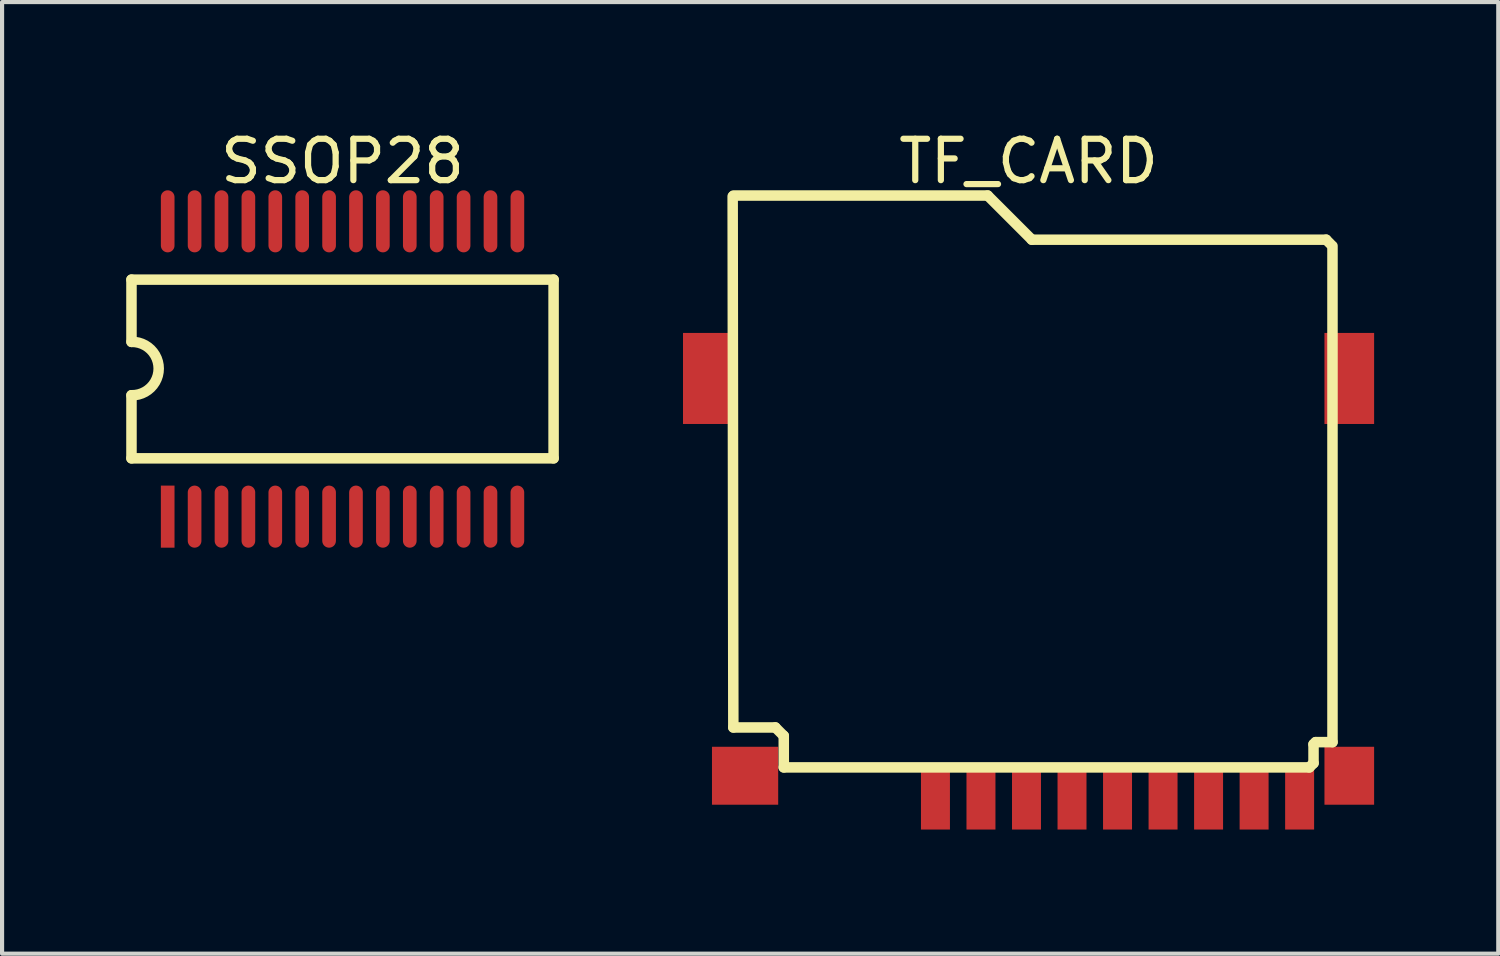
<source format=kicad_pcb>
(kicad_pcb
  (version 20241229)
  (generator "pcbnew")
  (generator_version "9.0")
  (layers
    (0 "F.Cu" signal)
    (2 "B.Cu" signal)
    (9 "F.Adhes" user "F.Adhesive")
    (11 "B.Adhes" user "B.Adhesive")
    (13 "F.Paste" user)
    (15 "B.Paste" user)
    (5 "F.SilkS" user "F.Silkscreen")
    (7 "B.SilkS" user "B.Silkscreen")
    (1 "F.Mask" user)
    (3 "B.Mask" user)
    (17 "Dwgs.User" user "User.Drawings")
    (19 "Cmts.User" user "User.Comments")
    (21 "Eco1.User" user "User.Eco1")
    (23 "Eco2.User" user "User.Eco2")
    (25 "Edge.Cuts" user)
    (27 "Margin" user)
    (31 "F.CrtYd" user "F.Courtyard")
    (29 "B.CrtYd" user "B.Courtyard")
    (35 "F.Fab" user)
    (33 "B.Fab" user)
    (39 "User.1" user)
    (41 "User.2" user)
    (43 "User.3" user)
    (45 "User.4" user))
  (footprint "TF_CARD"
    (layer "F.Cu")
    (at 19.554 16.195)
    (property "Reference" "TF_CARD" (at 2.25 -15.347 0) (layer "F.SilkS") (effects (font (size 1 1) (thickness 0.15))))
    (fp_line (start -4.9 -14.5) (end -4.884 -1.667) (stroke (width 0.254) (type solid)) (layer "F.SilkS"))
    (fp_line (start -4.884 -1.667) (end -3.868 -1.667) (stroke (width 0.254) (type solid)) (layer "F.SilkS"))
    (fp_line (start -4.88 -14.52) (end 1.262 -14.52) (stroke (width 0.254) (type solid)) (layer "F.SilkS"))
    (fp_line (start -3.868 -1.667) (end -3.665 -1.464) (stroke (width 0.254) (type solid)) (layer "F.SilkS"))
    (fp_line (start -3.665 -0.702) (end -3.665 -1.464) (stroke (width 0.254) (type solid)) (layer "F.SilkS"))
    (fp_line (start -3.665 -0.702) (end 9.035 -0.702) (stroke (width 0.254) (type solid)) (layer "F.SilkS"))
    (fp_line (start 1.262 -14.52) (end 2.329 -13.453) (stroke (width 0.254) (type solid)) (layer "F.SilkS"))
    (fp_line (start 2.329 -13.453) (end 9.441 -13.453) (stroke (width 0.254) (type solid)) (layer "F.SilkS"))
    (fp_line (start 9.035 -0.702) (end 9.136 -0.804) (stroke (width 0.254) (type solid)) (layer "F.SilkS"))
    (fp_line (start 9.136 -1.261) (end 9.187 -1.312) (stroke (width 0.254) (type solid)) (layer "F.SilkS"))
    (fp_line (start 9.136 -0.804) (end 9.136 -1.261) (stroke (width 0.254) (type solid)) (layer "F.SilkS"))
    (fp_line (start 9.187 -1.312) (end 9.594 -1.312) (stroke (width 0.254) (type solid)) (layer "F.SilkS"))
    (fp_line (start 9.441 -13.453) (end 9.543 -13.351) (stroke (width 0.254) (type solid)) (layer "F.SilkS"))
    (fp_line (start 9.594 -1.313) (end 9.594 -13.302) (stroke (width 0.254) (type solid)) (layer "F.SilkS"))
    (fp_circle (center -0.8 -10.5) (end -0.8 -11.02) (stroke (width 0.2) (type solid)) (fill no) (layer "User.1"))
    (fp_circle (center 7.2 -10.5) (end 7.2 -11.02) (stroke (width 0.2) (type solid)) (fill no) (layer "User.1"))
    (pad "1" smd rect (at 0 0 180) (size 0.7 1.6) (layers "F.Cu" "F.Mask" "F.Paste"))
    (pad "2" smd rect (at 1.1 0 180) (size 0.7 1.6) (layers "F.Cu" "F.Mask" "F.Paste"))
    (pad "3" smd rect (at 2.2 0 180) (size 0.7 1.6) (layers "F.Cu" "F.Mask" "F.Paste"))
    (pad "4" smd rect (at 3.3 0 180) (size 0.7 1.6) (layers "F.Cu" "F.Mask" "F.Paste"))
    (pad "5" smd rect (at 4.4 0 180) (size 0.7 1.6) (layers "F.Cu" "F.Mask" "F.Paste"))
    (pad "6" smd rect (at 5.5 0 180) (size 0.7 1.6) (layers "F.Cu" "F.Mask" "F.Paste"))
    (pad "7" smd rect (at 6.6 0 180) (size 0.7 1.6) (layers "F.Cu" "F.Mask" "F.Paste"))
    (pad "8" smd rect (at 7.7 0 180) (size 0.7 1.6) (layers "F.Cu" "F.Mask" "F.Paste"))
    (pad "9" smd rect (at 8.8 0 180) (size 0.7 1.6) (layers "F.Cu" "F.Mask" "F.Paste"))
    (pad "10" smd rect (at -5.5 -10.1 180) (size 1.2 2.2) (layers "F.Cu" "F.Mask" "F.Paste"))
    (pad "10" smd rect (at -4.6 -0.5 180) (size 1.6 1.4) (layers "F.Cu" "F.Mask" "F.Paste"))
    (pad "10" smd rect (at 10 -10.1 180) (size 1.2 2.2) (layers "F.Cu" "F.Mask" "F.Paste"))
    (pad "10" smd rect (at 10 -0.5 180) (size 1.2 1.4) (layers "F.Cu" "F.Mask" "F.Paste"))
    (zone (net_name "") (layers "F.Cu" "B.Cu") (hatch edge 0.5) (connect_pads) (min_thickness 0.25) (filled_areas_thickness no) (keepout (tracks not_allowed) (vias not_allowed) (pads not_allowed) (copperpour not_allowed) (footprints allowed)) (placement (enabled no)) (fill) (polygon (pts (xy 18.934 5.102) (xy 19.046 5.148) (xy 19.147 5.216) (xy 19.233 5.302) (xy 19.301 5.403) (xy 19.347 5.515) (xy 19.371 5.634) (xy 19.371 5.756) (xy 19.347 5.875) (xy 19.301 5.987) (xy 19.233 6.088) (xy 19.147 6.174) (xy 19.046 6.242) (xy 18.934 6.288) (xy 18.815 6.312) (xy 18.693 6.312) (xy 18.574 6.288) (xy 18.462 6.242) (xy 18.361 6.174) (xy 18.275 6.088) (xy 18.207 5.987) (xy 18.161 5.875) (xy 18.137 5.756) (xy 18.137 5.64) (xy 18.334 5.64) (xy 18.334 5.75) (xy 18.363 5.857) (xy 18.418 5.953) (xy 18.496 6.031) (xy 18.592 6.086) (xy 18.699 6.115) (xy 18.809 6.115) (xy 18.916 6.086) (xy 19.012 6.031) (xy 19.09 5.953) (xy 19.145 5.857) (xy 19.174 5.75) (xy 19.174 5.64) (xy 19.145 5.533) (xy 19.09 5.437) (xy 19.012 5.359) (xy 18.916 5.303) (xy 18.809 5.275) (xy 18.699 5.275) (xy 18.592 5.303) (xy 18.496 5.359) (xy 18.418 5.437) (xy 18.363 5.533) (xy 18.334 5.64) (xy 18.137 5.64) (xy 18.137 5.634) (xy 18.161 5.515) (xy 18.207 5.403) (xy 18.275 5.302) (xy 18.361 5.216) (xy 18.462 5.148) (xy 18.574 5.102) (xy 18.693 5.078) (xy 18.815 5.078))))
    (zone (net_name "") (layers "F.Cu" "B.Cu") (hatch edge 0.5) (connect_pads) (min_thickness 0.25) (filled_areas_thickness no) (keepout (tracks not_allowed) (vias not_allowed) (pads not_allowed) (copperpour not_allowed) (footprints allowed)) (placement (enabled no)) (fill) (polygon (pts (xy 26.934 5.102) (xy 27.046 5.148) (xy 27.147 5.216) (xy 27.233 5.302) (xy 27.301 5.403) (xy 27.347 5.515) (xy 27.371 5.634) (xy 27.371 5.756) (xy 27.347 5.875) (xy 27.301 5.987) (xy 27.233 6.088) (xy 27.147 6.174) (xy 27.046 6.242) (xy 26.934 6.288) (xy 26.815 6.312) (xy 26.693 6.312) (xy 26.574 6.288) (xy 26.462 6.242) (xy 26.361 6.174) (xy 26.275 6.088) (xy 26.207 5.987) (xy 26.161 5.875) (xy 26.137 5.756) (xy 26.137 5.64) (xy 26.334 5.64) (xy 26.334 5.75) (xy 26.363 5.857) (xy 26.418 5.953) (xy 26.496 6.031) (xy 26.592 6.086) (xy 26.699 6.115) (xy 26.809 6.115) (xy 26.916 6.086) (xy 27.012 6.031) (xy 27.09 5.953) (xy 27.145 5.857) (xy 27.174 5.75) (xy 27.174 5.64) (xy 27.145 5.533) (xy 27.09 5.437) (xy 27.012 5.359) (xy 26.916 5.303) (xy 26.809 5.275) (xy 26.699 5.275) (xy 26.592 5.303) (xy 26.496 5.359) (xy 26.418 5.437) (xy 26.363 5.533) (xy 26.334 5.64) (xy 26.137 5.64) (xy 26.137 5.634) (xy 26.161 5.515) (xy 26.207 5.403) (xy 26.275 5.302) (xy 26.361 5.216) (xy 26.462 5.148) (xy 26.574 5.102) (xy 26.693 5.078) (xy 26.815 5.078)))))
  (footprint "SSOP28"
    (layer "F.Cu")
    (at 1.002 9.434)
    (property "Reference" "SSOP28" (at 4.225 -8.586 0) (layer "F.SilkS") (effects (font (size 1 1) (thickness 0.15))))
    (fp_line (start -0.875 -5.727) (end 9.325 -5.727) (stroke (width 0.254) (type solid)) (layer "F.SilkS"))
    (fp_line (start -0.875 -4.223) (end -0.875 -5.727) (stroke (width 0.254) (type solid)) (layer "F.SilkS"))
    (fp_line (start -0.875 -1.409) (end -0.875 -2.933) (stroke (width 0.254) (type solid)) (layer "F.SilkS"))
    (fp_line (start -0.875 -1.409) (end 9.325 -1.409) (stroke (width 0.254) (type solid)) (layer "F.SilkS"))
    (fp_line (start 9.325 -1.409) (end 9.325 -5.727) (stroke (width 0.254) (type solid)) (layer "F.SilkS"))
    (fp_arc (start -0.872464 -4.223235) (mid -0.219651 -3.576866) (end -0.874931 -2.932999) (stroke (width 0.254) (type solid)) (layer "F.SilkS"))
    (pad "1" smd rect (at 0 0 90) (size 1.5 0.33) (layers "F.Cu" "F.Mask" "F.Paste"))
    (pad "2" smd oval (at 0.65 0 90) (size 1.5 0.33) (layers "F.Cu" "F.Mask" "F.Paste"))
    (pad "3" smd oval (at 1.3 0 90) (size 1.5 0.33) (layers "F.Cu" "F.Mask" "F.Paste"))
    (pad "4" smd oval (at 1.95 0 90) (size 1.5 0.33) (layers "F.Cu" "F.Mask" "F.Paste"))
    (pad "5" smd oval (at 2.6 0 90) (size 1.5 0.33) (layers "F.Cu" "F.Mask" "F.Paste"))
    (pad "6" smd oval (at 3.25 0 90) (size 1.5 0.33) (layers "F.Cu" "F.Mask" "F.Paste"))
    (pad "7" smd oval (at 3.9 0 90) (size 1.5 0.33) (layers "F.Cu" "F.Mask" "F.Paste"))
    (pad "8" smd oval (at 4.55 0 90) (size 1.5 0.33) (layers "F.Cu" "F.Mask" "F.Paste"))
    (pad "9" smd oval (at 5.2 0 90) (size 1.5 0.33) (layers "F.Cu" "F.Mask" "F.Paste"))
    (pad "10" smd oval (at 5.85 0 90) (size 1.5 0.33) (layers "F.Cu" "F.Mask" "F.Paste"))
    (pad "11" smd oval (at 6.5 0 90) (size 1.5 0.33) (layers "F.Cu" "F.Mask" "F.Paste"))
    (pad "12" smd oval (at 7.15 0 90) (size 1.5 0.33) (layers "F.Cu" "F.Mask" "F.Paste"))
    (pad "13" smd oval (at 7.8 0 90) (size 1.5 0.33) (layers "F.Cu" "F.Mask" "F.Paste"))
    (pad "14" smd oval (at 8.45 0 90) (size 1.5 0.33) (layers "F.Cu" "F.Mask" "F.Paste"))
    (pad "15" smd oval (at 8.45 -7.136 90) (size 1.5 0.33) (layers "F.Cu" "F.Mask" "F.Paste"))
    (pad "16" smd oval (at 7.8 -7.136 90) (size 1.5 0.33) (layers "F.Cu" "F.Mask" "F.Paste"))
    (pad "17" smd oval (at 7.15 -7.136 90) (size 1.5 0.33) (layers "F.Cu" "F.Mask" "F.Paste"))
    (pad "18" smd oval (at 6.5 -7.136 90) (size 1.5 0.33) (layers "F.Cu" "F.Mask" "F.Paste"))
    (pad "19" smd oval (at 5.85 -7.136 90) (size 1.5 0.33) (layers "F.Cu" "F.Mask" "F.Paste"))
    (pad "20" smd oval (at 5.2 -7.136 90) (size 1.5 0.33) (layers "F.Cu" "F.Mask" "F.Paste"))
    (pad "21" smd oval (at 4.55 -7.136 90) (size 1.5 0.33) (layers "F.Cu" "F.Mask" "F.Paste"))
    (pad "22" smd oval (at 3.9 -7.136 90) (size 1.5 0.33) (layers "F.Cu" "F.Mask" "F.Paste"))
    (pad "23" smd oval (at 3.25 -7.136 90) (size 1.5 0.33) (layers "F.Cu" "F.Mask" "F.Paste"))
    (pad "24" smd oval (at 2.6 -7.136 90) (size 1.5 0.33) (layers "F.Cu" "F.Mask" "F.Paste"))
    (pad "25" smd oval (at 1.95 -7.136 90) (size 1.5 0.33) (layers "F.Cu" "F.Mask" "F.Paste"))
    (pad "26" smd oval (at 1.3 -7.136 90) (size 1.5 0.33) (layers "F.Cu" "F.Mask" "F.Paste"))
    (pad "27" smd oval (at 0.65 -7.136 90) (size 1.5 0.33) (layers "F.Cu" "F.Mask" "F.Paste"))
    (pad "28" smd oval (at 0 -7.136 90) (size 1.5 0.33) (layers "F.Cu" "F.Mask" "F.Paste")))
  (gr_rect
    (start -3 -3)
    (end 33.154 19.995)
    (stroke (width 0.1) (type default))
    (fill no)
    (layer "Edge.Cuts")))
</source>
